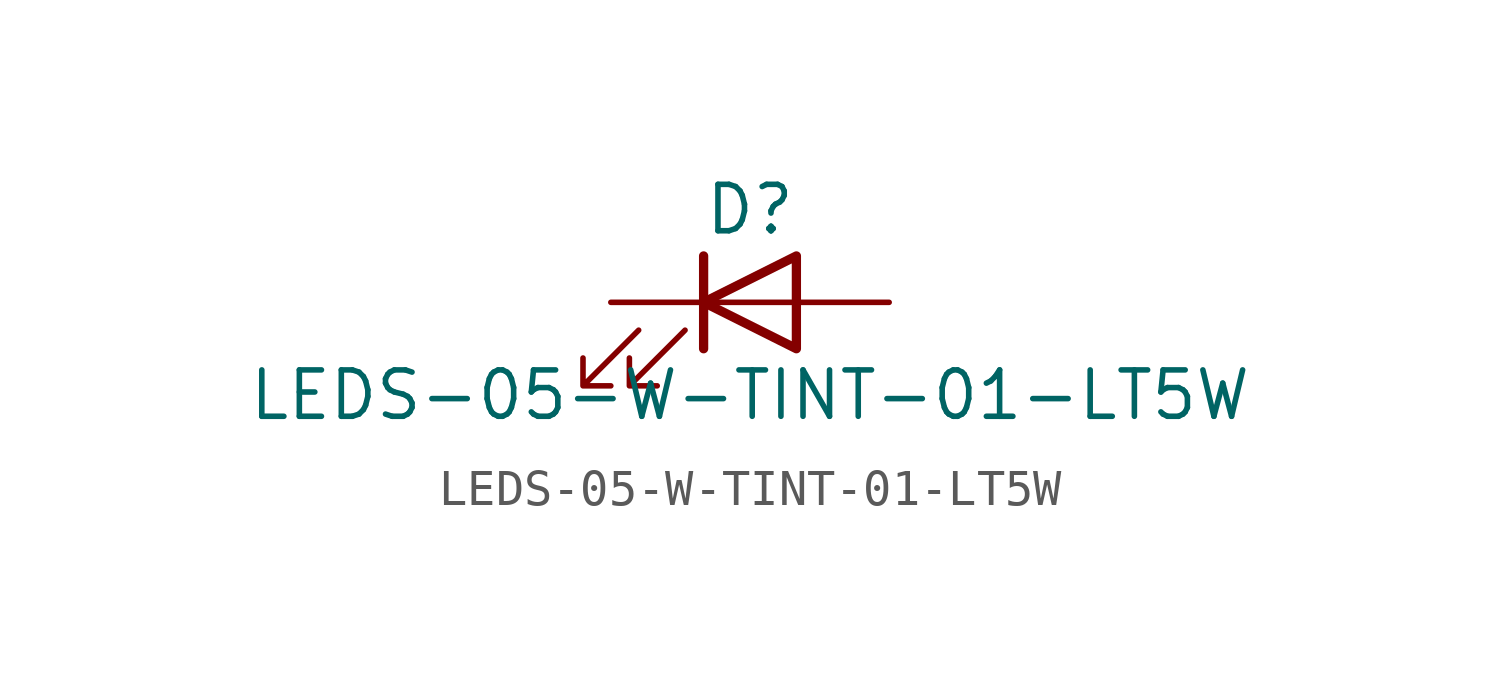
<source format=kicad_sym>
(kicad_symbol_lib
  (version 20211014)
  (generator kicad_symbol_editor)
  (symbol "LEDS-05-W-TINT-01-LT5W"
    (pin_numbers hide)
    (pin_names
      (offset 1.016) hide)
    (property "Reference" "D"
      (at 0 2.54 0)
      (effects (font (size 1.27 1.27))))
    (property "Value" "LEDS-05-W-TINT-01-LT5W"
      (at 0 -2.54 0)
      (effects (font (size 1.27 1.27))))
    (symbol "LEDS-05-W-TINT-01-LT5W_0_1"
      (polyline (pts (xy -1.27 -1.27) (xy -1.27 1.27)) (stroke (width 0.254) (type default) (color 0 0 0 0)) (fill (type none)))
      (polyline (pts (xy -1.27 0) (xy 1.27 0)) (stroke (width 0) (type default) (color 0 0 0 0)) (fill (type none)))
      (polyline (pts (xy 1.27 -1.27) (xy 1.27 1.27) (xy -1.27 0) (xy 1.27 -1.27)) (stroke (width 0.254) (type default) (color 0 0 0 0)) (fill (type none)))
      (polyline (pts (xy -3.048 -0.762) (xy -4.572 -2.286) (xy -3.81 -2.286) (xy -4.572 -2.286) (xy -4.572 -1.524)) (stroke (width 0) (type default) (color 0 0 0 0)) (fill (type none)))
      (polyline (pts (xy -1.778 -0.762) (xy -3.302 -2.286) (xy -2.54 -2.286) (xy -3.302 -2.286) (xy -3.302 -1.524)) (stroke (width 0) (type default) (color 0 0 0 0)) (fill (type none))))
    (symbol "LEDS-05-W-TINT-01-LT5W_1_1"
      (pin passive line (at -3.81 0 0) (length 2.54) (name "K" (effects (font (size 1.27 1.27)))) (number "1" (effects (font (size 1.27 1.27)))))
      (pin passive line (at 3.81 0 180) (length 2.54) (name "A" (effects (font (size 1.27 1.27)))) (number "2" (effects (font (size 1.27 1.27))))))))
</source>
